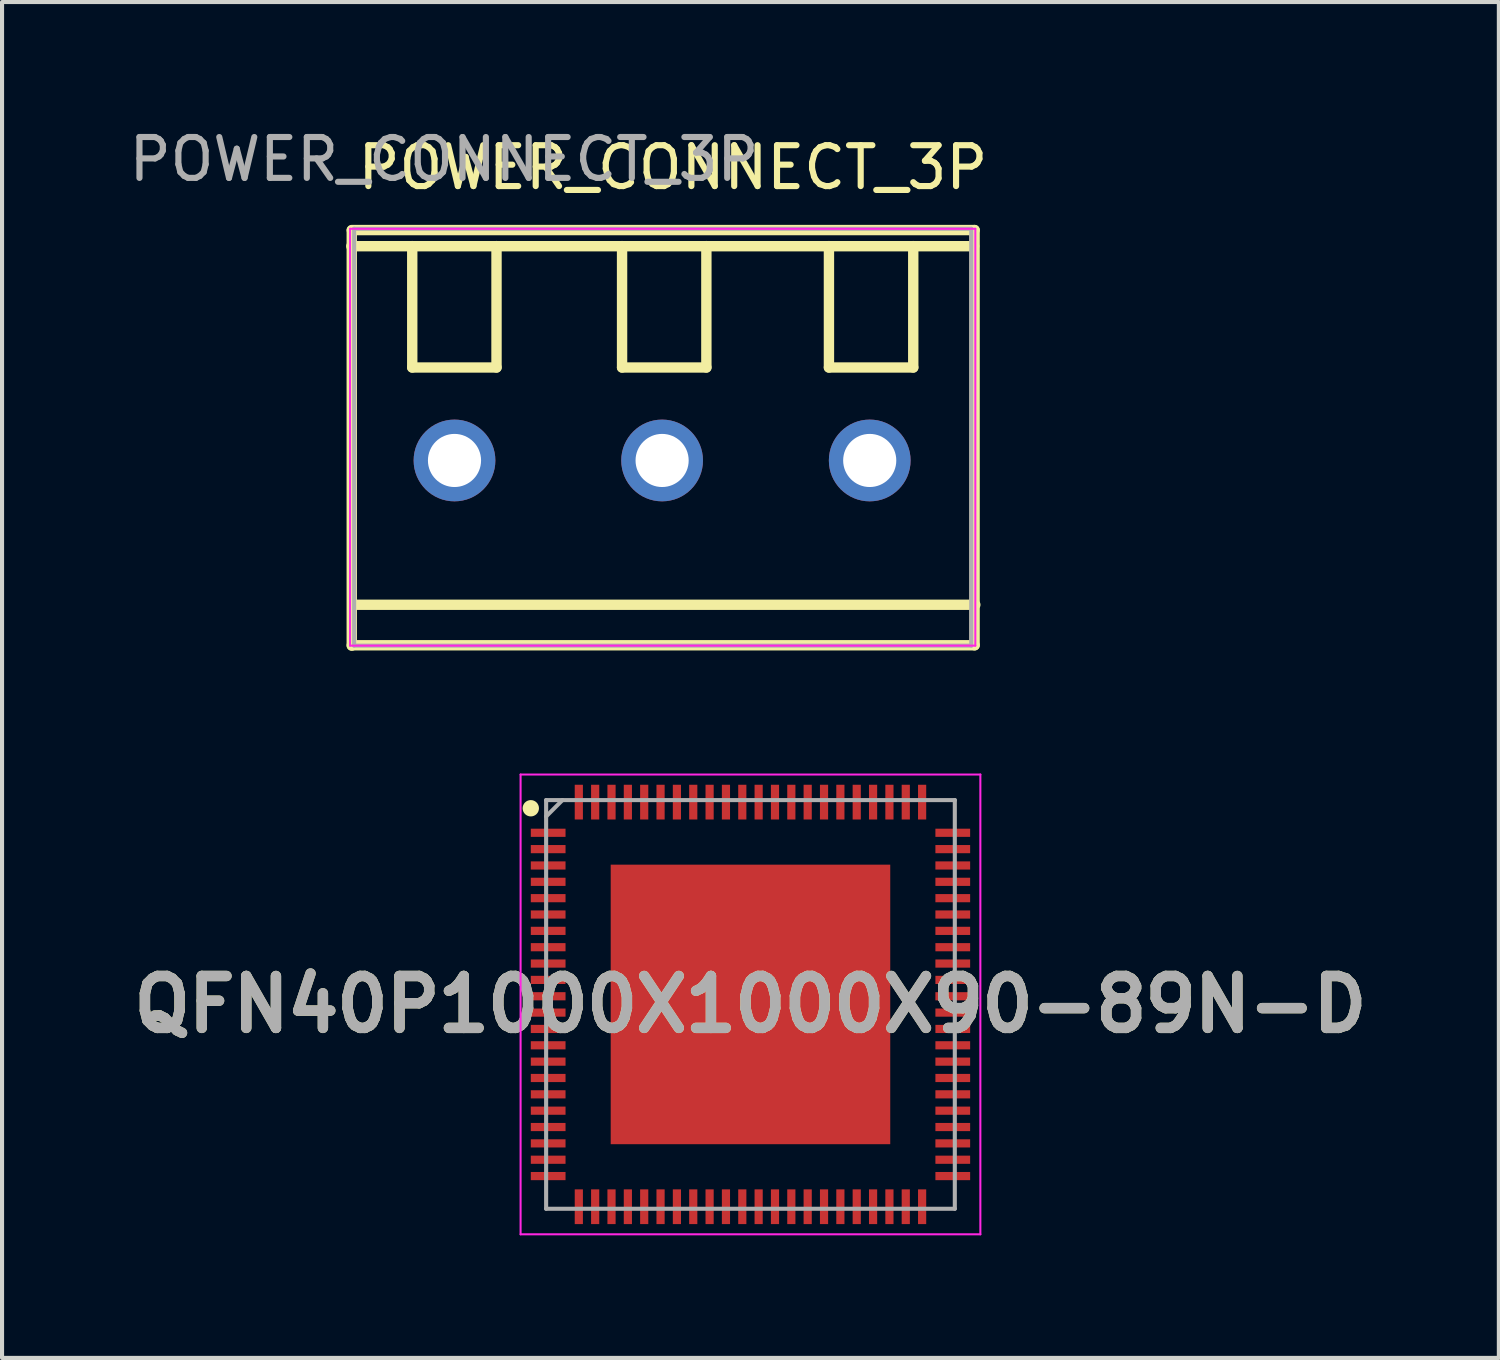
<source format=kicad_pcb>
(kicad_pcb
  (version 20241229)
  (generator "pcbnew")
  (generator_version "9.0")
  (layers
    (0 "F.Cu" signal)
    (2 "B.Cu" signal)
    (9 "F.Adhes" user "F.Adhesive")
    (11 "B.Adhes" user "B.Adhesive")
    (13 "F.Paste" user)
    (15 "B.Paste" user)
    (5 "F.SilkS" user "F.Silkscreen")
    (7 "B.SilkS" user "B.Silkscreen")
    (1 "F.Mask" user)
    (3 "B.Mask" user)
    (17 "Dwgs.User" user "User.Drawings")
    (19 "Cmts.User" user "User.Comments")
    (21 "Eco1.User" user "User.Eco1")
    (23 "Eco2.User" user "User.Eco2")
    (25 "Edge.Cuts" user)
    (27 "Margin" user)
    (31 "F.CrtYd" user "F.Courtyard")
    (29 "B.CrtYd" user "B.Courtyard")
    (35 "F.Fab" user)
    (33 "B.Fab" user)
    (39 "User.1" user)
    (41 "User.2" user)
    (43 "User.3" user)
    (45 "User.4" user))
  (footprint "POWER_CONNECT_3P"
    (layer "F.Cu")
    (at 5.415 2.448)
    (property "Reference" "POWER_CONNECT_3P" (at 8 -1.4 0) (unlocked yes) (layer "F.SilkS") (effects (font (size 1 1) (thickness 0.15))))
    (attr through_hole)
    (fp_line (start 0.142 10.301) (end 0.142 0.141) (stroke (width 0.254) (type solid)) (layer "F.SilkS"))
    (fp_line (start 1.622 0.524) (end 1.622 3.494) (stroke (width 0.254) (type solid)) (layer "F.SilkS"))
    (fp_line (start 1.622 3.494) (end 3.684 3.494) (stroke (width 0.254) (type solid)) (layer "F.SilkS"))
    (fp_line (start 3.684 3.494) (end 3.684 0.524) (stroke (width 0.254) (type solid)) (layer "F.SilkS"))
    (fp_line (start 6.756 0.524) (end 6.756 3.494) (stroke (width 0.254) (type solid)) (layer "F.SilkS"))
    (fp_line (start 6.756 3.494) (end 8.819 3.494) (stroke (width 0.254) (type solid)) (layer "F.SilkS"))
    (fp_line (start 8.819 3.494) (end 8.819 0.524) (stroke (width 0.254) (type solid)) (layer "F.SilkS"))
    (fp_line (start 11.818 0.524) (end 11.818 3.494) (stroke (width 0.254) (type solid)) (layer "F.SilkS"))
    (fp_line (start 11.818 3.494) (end 13.881 3.494) (stroke (width 0.254) (type solid)) (layer "F.SilkS"))
    (fp_line (start 13.881 3.494) (end 13.881 0.524) (stroke (width 0.254) (type solid)) (layer "F.SilkS"))
    (fp_line (start 15.371 0.526) (end 0.131 0.526) (stroke (width 0.254) (type solid)) (layer "F.SilkS"))
    (fp_line (start 15.382 0.131) (end 0.142 0.131) (stroke (width 0.254) (type solid)) (layer "F.SilkS"))
    (fp_line (start 15.382 10.291) (end 0.142 10.291) (stroke (width 0.254) (type solid)) (layer "F.SilkS"))
    (fp_line (start 15.382 10.291) (end 15.382 0.131) (stroke (width 0.254) (type solid)) (layer "F.SilkS"))
    (fp_line (start 15.4 9.3) (end 0.16 9.3) (stroke (width 0.254) (type solid)) (layer "F.SilkS"))
    (fp_line (start 0.1 0.1) (end 15.4 0.1) (stroke (width 0.05) (type solid)) (layer "F.CrtYd"))
    (fp_line (start 0.1 10.3) (end 0.1 0.1) (stroke (width 0.05) (type solid)) (layer "F.CrtYd"))
    (fp_line (start 15.4 0.1) (end 15.4 10.3) (stroke (width 0.05) (type solid)) (layer "F.CrtYd"))
    (fp_line (start 15.4 10.3) (end 0.1 10.3) (stroke (width 0.05) (type solid)) (layer "F.CrtYd"))
    (fp_line (start 0.2 0.1) (end 15.3 0.1) (stroke (width 0.1) (type solid)) (layer "F.Fab"))
    (fp_line (start 0.2 10.3) (end 0.2 0.1) (stroke (width 0.1) (type solid)) (layer "F.Fab"))
    (fp_line (start 15.3 0.1) (end 15.3 10.3) (stroke (width 0.1) (type solid)) (layer "F.Fab"))
    (fp_line (start 15.3 10.3) (end 0.2 10.3) (stroke (width 0.1) (type solid)) (layer "F.Fab"))
    (fp_text user "${REFERENCE}" (at 2.4 -1.6 0) (unlocked yes) (layer "F.Fab") (effects (font (size 1 1) (thickness 0.15))))
    (pad "1" thru_hole circle (at 2.656 5.769 180) (size 2 2) (drill 1.3) (layers "*.Cu" "*.Mask"))
    (pad "2" thru_hole circle (at 7.736 5.769 180) (size 2 2) (drill 1.3) (layers "*.Cu" "*.Mask"))
    (pad "3" thru_hole circle (at 12.816 5.769 180) (size 2 2) (drill 1.3) (layers "*.Cu" "*.Mask")))
  (footprint "QFN40P1000X1000X90-89N-D"
    (layer "F.Cu")
    (at 15.313 21.527)
    (property "Reference" "QFN40P1000X1000X90-89N-D" (at 0 0 0) (layer "F.SilkS") (effects (font (size 1.27 1.27) (thickness 0.254))))
    (attr smd)
    (fp_circle (center -5.375 -4.8) (end -5.375 -4.7) (stroke (width 0.2) (type solid)) (fill no) (layer "F.SilkS"))
    (fp_line (start -5.625 -5.625) (end 5.625 -5.625) (stroke (width 0.05) (type solid)) (layer "F.CrtYd"))
    (fp_line (start -5.625 5.625) (end -5.625 -5.625) (stroke (width 0.05) (type solid)) (layer "F.CrtYd"))
    (fp_line (start 5.625 -5.625) (end 5.625 5.625) (stroke (width 0.05) (type solid)) (layer "F.CrtYd"))
    (fp_line (start 5.625 5.625) (end -5.625 5.625) (stroke (width 0.05) (type solid)) (layer "F.CrtYd"))
    (fp_line (start -5 -5) (end 5 -5) (stroke (width 0.1) (type solid)) (layer "F.Fab"))
    (fp_line (start -5 -4.6) (end -4.6 -5) (stroke (width 0.1) (type solid)) (layer "F.Fab"))
    (fp_line (start -5 5) (end -5 -5) (stroke (width 0.1) (type solid)) (layer "F.Fab"))
    (fp_line (start 5 -5) (end 5 5) (stroke (width 0.1) (type solid)) (layer "F.Fab"))
    (fp_line (start 5 5) (end -5 5) (stroke (width 0.1) (type solid)) (layer "F.Fab"))
    (fp_text user "${REFERENCE}" (at 0 0 0) (layer "F.Fab") (effects (font (size 1.27 1.27) (thickness 0.254))))
    (pad "1" smd rect (at -4.95 -4.2 90) (size 0.2 0.85) (layers "F.Cu" "F.Mask" "F.Paste"))
    (pad "2" smd rect (at -4.95 -3.8 90) (size 0.2 0.85) (layers "F.Cu" "F.Mask" "F.Paste"))
    (pad "3" smd rect (at -4.95 -3.4 90) (size 0.2 0.85) (layers "F.Cu" "F.Mask" "F.Paste"))
    (pad "4" smd rect (at -4.95 -3 90) (size 0.2 0.85) (layers "F.Cu" "F.Mask" "F.Paste"))
    (pad "5" smd rect (at -4.95 -2.6 90) (size 0.2 0.85) (layers "F.Cu" "F.Mask" "F.Paste"))
    (pad "6" smd rect (at -4.95 -2.2 90) (size 0.2 0.85) (layers "F.Cu" "F.Mask" "F.Paste"))
    (pad "7" smd rect (at -4.95 -1.8 90) (size 0.2 0.85) (layers "F.Cu" "F.Mask" "F.Paste"))
    (pad "8" smd rect (at -4.95 -1.4 90) (size 0.2 0.85) (layers "F.Cu" "F.Mask" "F.Paste"))
    (pad "9" smd rect (at -4.95 -1 90) (size 0.2 0.85) (layers "F.Cu" "F.Mask" "F.Paste"))
    (pad "10" smd rect (at -4.95 -0.6 90) (size 0.2 0.85) (layers "F.Cu" "F.Mask" "F.Paste"))
    (pad "11" smd rect (at -4.95 -0.2 90) (size 0.2 0.85) (layers "F.Cu" "F.Mask" "F.Paste"))
    (pad "12" smd rect (at -4.95 0.2 90) (size 0.2 0.85) (layers "F.Cu" "F.Mask" "F.Paste"))
    (pad "13" smd rect (at -4.95 0.6 90) (size 0.2 0.85) (layers "F.Cu" "F.Mask" "F.Paste"))
    (pad "14" smd rect (at -4.95 1 90) (size 0.2 0.85) (layers "F.Cu" "F.Mask" "F.Paste"))
    (pad "15" smd rect (at -4.95 1.4 90) (size 0.2 0.85) (layers "F.Cu" "F.Mask" "F.Paste"))
    (pad "16" smd rect (at -4.95 1.8 90) (size 0.2 0.85) (layers "F.Cu" "F.Mask" "F.Paste"))
    (pad "17" smd rect (at -4.95 2.2 90) (size 0.2 0.85) (layers "F.Cu" "F.Mask" "F.Paste"))
    (pad "18" smd rect (at -4.95 2.6 90) (size 0.2 0.85) (layers "F.Cu" "F.Mask" "F.Paste"))
    (pad "19" smd rect (at -4.95 3 90) (size 0.2 0.85) (layers "F.Cu" "F.Mask" "F.Paste"))
    (pad "20" smd rect (at -4.95 3.4 90) (size 0.2 0.85) (layers "F.Cu" "F.Mask" "F.Paste"))
    (pad "21" smd rect (at -4.95 3.8 90) (size 0.2 0.85) (layers "F.Cu" "F.Mask" "F.Paste"))
    (pad "22" smd rect (at -4.95 4.2 90) (size 0.2 0.85) (layers "F.Cu" "F.Mask" "F.Paste"))
    (pad "23" smd rect (at -4.2 4.95) (size 0.2 0.85) (layers "F.Cu" "F.Mask" "F.Paste"))
    (pad "24" smd rect (at -3.8 4.95) (size 0.2 0.85) (layers "F.Cu" "F.Mask" "F.Paste"))
    (pad "25" smd rect (at -3.4 4.95) (size 0.2 0.85) (layers "F.Cu" "F.Mask" "F.Paste"))
    (pad "26" smd rect (at -3 4.95) (size 0.2 0.85) (layers "F.Cu" "F.Mask" "F.Paste"))
    (pad "27" smd rect (at -2.6 4.95) (size 0.2 0.85) (layers "F.Cu" "F.Mask" "F.Paste"))
    (pad "28" smd rect (at -2.2 4.95) (size 0.2 0.85) (layers "F.Cu" "F.Mask" "F.Paste"))
    (pad "29" smd rect (at -1.8 4.95) (size 0.2 0.85) (layers "F.Cu" "F.Mask" "F.Paste"))
    (pad "30" smd rect (at -1.4 4.95) (size 0.2 0.85) (layers "F.Cu" "F.Mask" "F.Paste"))
    (pad "31" smd rect (at -1 4.95) (size 0.2 0.85) (layers "F.Cu" "F.Mask" "F.Paste"))
    (pad "32" smd rect (at -0.6 4.95) (size 0.2 0.85) (layers "F.Cu" "F.Mask" "F.Paste"))
    (pad "33" smd rect (at -0.2 4.95) (size 0.2 0.85) (layers "F.Cu" "F.Mask" "F.Paste"))
    (pad "34" smd rect (at 0.2 4.95) (size 0.2 0.85) (layers "F.Cu" "F.Mask" "F.Paste"))
    (pad "35" smd rect (at 0.6 4.95) (size 0.2 0.85) (layers "F.Cu" "F.Mask" "F.Paste"))
    (pad "36" smd rect (at 1 4.95) (size 0.2 0.85) (layers "F.Cu" "F.Mask" "F.Paste"))
    (pad "37" smd rect (at 1.4 4.95) (size 0.2 0.85) (layers "F.Cu" "F.Mask" "F.Paste"))
    (pad "38" smd rect (at 1.8 4.95) (size 0.2 0.85) (layers "F.Cu" "F.Mask" "F.Paste"))
    (pad "39" smd rect (at 2.2 4.95) (size 0.2 0.85) (layers "F.Cu" "F.Mask" "F.Paste"))
    (pad "40" smd rect (at 2.6 4.95) (size 0.2 0.85) (layers "F.Cu" "F.Mask" "F.Paste"))
    (pad "41" smd rect (at 3 4.95) (size 0.2 0.85) (layers "F.Cu" "F.Mask" "F.Paste"))
    (pad "42" smd rect (at 3.4 4.95) (size 0.2 0.85) (layers "F.Cu" "F.Mask" "F.Paste"))
    (pad "43" smd rect (at 3.8 4.95) (size 0.2 0.85) (layers "F.Cu" "F.Mask" "F.Paste"))
    (pad "44" smd rect (at 4.2 4.95) (size 0.2 0.85) (layers "F.Cu" "F.Mask" "F.Paste"))
    (pad "45" smd rect (at 4.95 4.2 90) (size 0.2 0.85) (layers "F.Cu" "F.Mask" "F.Paste"))
    (pad "46" smd rect (at 4.95 3.8 90) (size 0.2 0.85) (layers "F.Cu" "F.Mask" "F.Paste"))
    (pad "47" smd rect (at 4.95 3.4 90) (size 0.2 0.85) (layers "F.Cu" "F.Mask" "F.Paste"))
    (pad "48" smd rect (at 4.95 3 90) (size 0.2 0.85) (layers "F.Cu" "F.Mask" "F.Paste"))
    (pad "49" smd rect (at 4.95 2.6 90) (size 0.2 0.85) (layers "F.Cu" "F.Mask" "F.Paste"))
    (pad "50" smd rect (at 4.95 2.2 90) (size 0.2 0.85) (layers "F.Cu" "F.Mask" "F.Paste"))
    (pad "51" smd rect (at 4.95 1.8 90) (size 0.2 0.85) (layers "F.Cu" "F.Mask" "F.Paste"))
    (pad "52" smd rect (at 4.95 1.4 90) (size 0.2 0.85) (layers "F.Cu" "F.Mask" "F.Paste"))
    (pad "53" smd rect (at 4.95 1 90) (size 0.2 0.85) (layers "F.Cu" "F.Mask" "F.Paste"))
    (pad "54" smd rect (at 4.95 0.6 90) (size 0.2 0.85) (layers "F.Cu" "F.Mask" "F.Paste"))
    (pad "55" smd rect (at 4.95 0.2 90) (size 0.2 0.85) (layers "F.Cu" "F.Mask" "F.Paste"))
    (pad "56" smd rect (at 4.95 -0.2 90) (size 0.2 0.85) (layers "F.Cu" "F.Mask" "F.Paste"))
    (pad "57" smd rect (at 4.95 -0.6 90) (size 0.2 0.85) (layers "F.Cu" "F.Mask" "F.Paste"))
    (pad "58" smd rect (at 4.95 -1 90) (size 0.2 0.85) (layers "F.Cu" "F.Mask" "F.Paste"))
    (pad "59" smd rect (at 4.95 -1.4 90) (size 0.2 0.85) (layers "F.Cu" "F.Mask" "F.Paste"))
    (pad "60" smd rect (at 4.95 -1.8 90) (size 0.2 0.85) (layers "F.Cu" "F.Mask" "F.Paste"))
    (pad "61" smd rect (at 4.95 -2.2 90) (size 0.2 0.85) (layers "F.Cu" "F.Mask" "F.Paste"))
    (pad "62" smd rect (at 4.95 -2.6 90) (size 0.2 0.85) (layers "F.Cu" "F.Mask" "F.Paste"))
    (pad "63" smd rect (at 4.95 -3 90) (size 0.2 0.85) (layers "F.Cu" "F.Mask" "F.Paste"))
    (pad "64" smd rect (at 4.95 -3.4 90) (size 0.2 0.85) (layers "F.Cu" "F.Mask" "F.Paste"))
    (pad "65" smd rect (at 4.95 -3.8 90) (size 0.2 0.85) (layers "F.Cu" "F.Mask" "F.Paste"))
    (pad "66" smd rect (at 4.95 -4.2 90) (size 0.2 0.85) (layers "F.Cu" "F.Mask" "F.Paste"))
    (pad "67" smd rect (at 4.2 -4.95) (size 0.2 0.85) (layers "F.Cu" "F.Mask" "F.Paste"))
    (pad "68" smd rect (at 3.8 -4.95) (size 0.2 0.85) (layers "F.Cu" "F.Mask" "F.Paste"))
    (pad "69" smd rect (at 3.4 -4.95) (size 0.2 0.85) (layers "F.Cu" "F.Mask" "F.Paste"))
    (pad "70" smd rect (at 3 -4.95) (size 0.2 0.85) (layers "F.Cu" "F.Mask" "F.Paste"))
    (pad "71" smd rect (at 2.6 -4.95) (size 0.2 0.85) (layers "F.Cu" "F.Mask" "F.Paste"))
    (pad "72" smd rect (at 2.2 -4.95) (size 0.2 0.85) (layers "F.Cu" "F.Mask" "F.Paste"))
    (pad "73" smd rect (at 1.8 -4.95) (size 0.2 0.85) (layers "F.Cu" "F.Mask" "F.Paste"))
    (pad "74" smd rect (at 1.4 -4.95) (size 0.2 0.85) (layers "F.Cu" "F.Mask" "F.Paste"))
    (pad "75" smd rect (at 1 -4.95) (size 0.2 0.85) (layers "F.Cu" "F.Mask" "F.Paste"))
    (pad "76" smd rect (at 0.6 -4.95) (size 0.2 0.85) (layers "F.Cu" "F.Mask" "F.Paste"))
    (pad "77" smd rect (at 0.2 -4.95) (size 0.2 0.85) (layers "F.Cu" "F.Mask" "F.Paste"))
    (pad "78" smd rect (at -0.2 -4.95) (size 0.2 0.85) (layers "F.Cu" "F.Mask" "F.Paste"))
    (pad "79" smd rect (at -0.6 -4.95) (size 0.2 0.85) (layers "F.Cu" "F.Mask" "F.Paste"))
    (pad "80" smd rect (at -1 -4.95) (size 0.2 0.85) (layers "F.Cu" "F.Mask" "F.Paste"))
    (pad "81" smd rect (at -1.4 -4.95) (size 0.2 0.85) (layers "F.Cu" "F.Mask" "F.Paste"))
    (pad "82" smd rect (at -1.8 -4.95) (size 0.2 0.85) (layers "F.Cu" "F.Mask" "F.Paste"))
    (pad "83" smd rect (at -2.2 -4.95) (size 0.2 0.85) (layers "F.Cu" "F.Mask" "F.Paste"))
    (pad "84" smd rect (at -2.6 -4.95) (size 0.2 0.85) (layers "F.Cu" "F.Mask" "F.Paste"))
    (pad "85" smd rect (at -3 -4.95) (size 0.2 0.85) (layers "F.Cu" "F.Mask" "F.Paste"))
    (pad "86" smd rect (at -3.4 -4.95) (size 0.2 0.85) (layers "F.Cu" "F.Mask" "F.Paste"))
    (pad "87" smd rect (at -3.8 -4.95) (size 0.2 0.85) (layers "F.Cu" "F.Mask" "F.Paste"))
    (pad "88" smd rect (at -4.2 -4.95) (size 0.2 0.85) (layers "F.Cu" "F.Mask" "F.Paste"))
    (pad "89" smd rect (at 0 0) (size 6.84 6.84) (layers "F.Cu" "F.Mask" "F.Paste")))
  (gr_rect
    (start -3 -3)
    (end 33.625 30.177)
    (stroke (width 0.1) (type default))
    (fill no)
    (layer "Edge.Cuts")))
</source>
